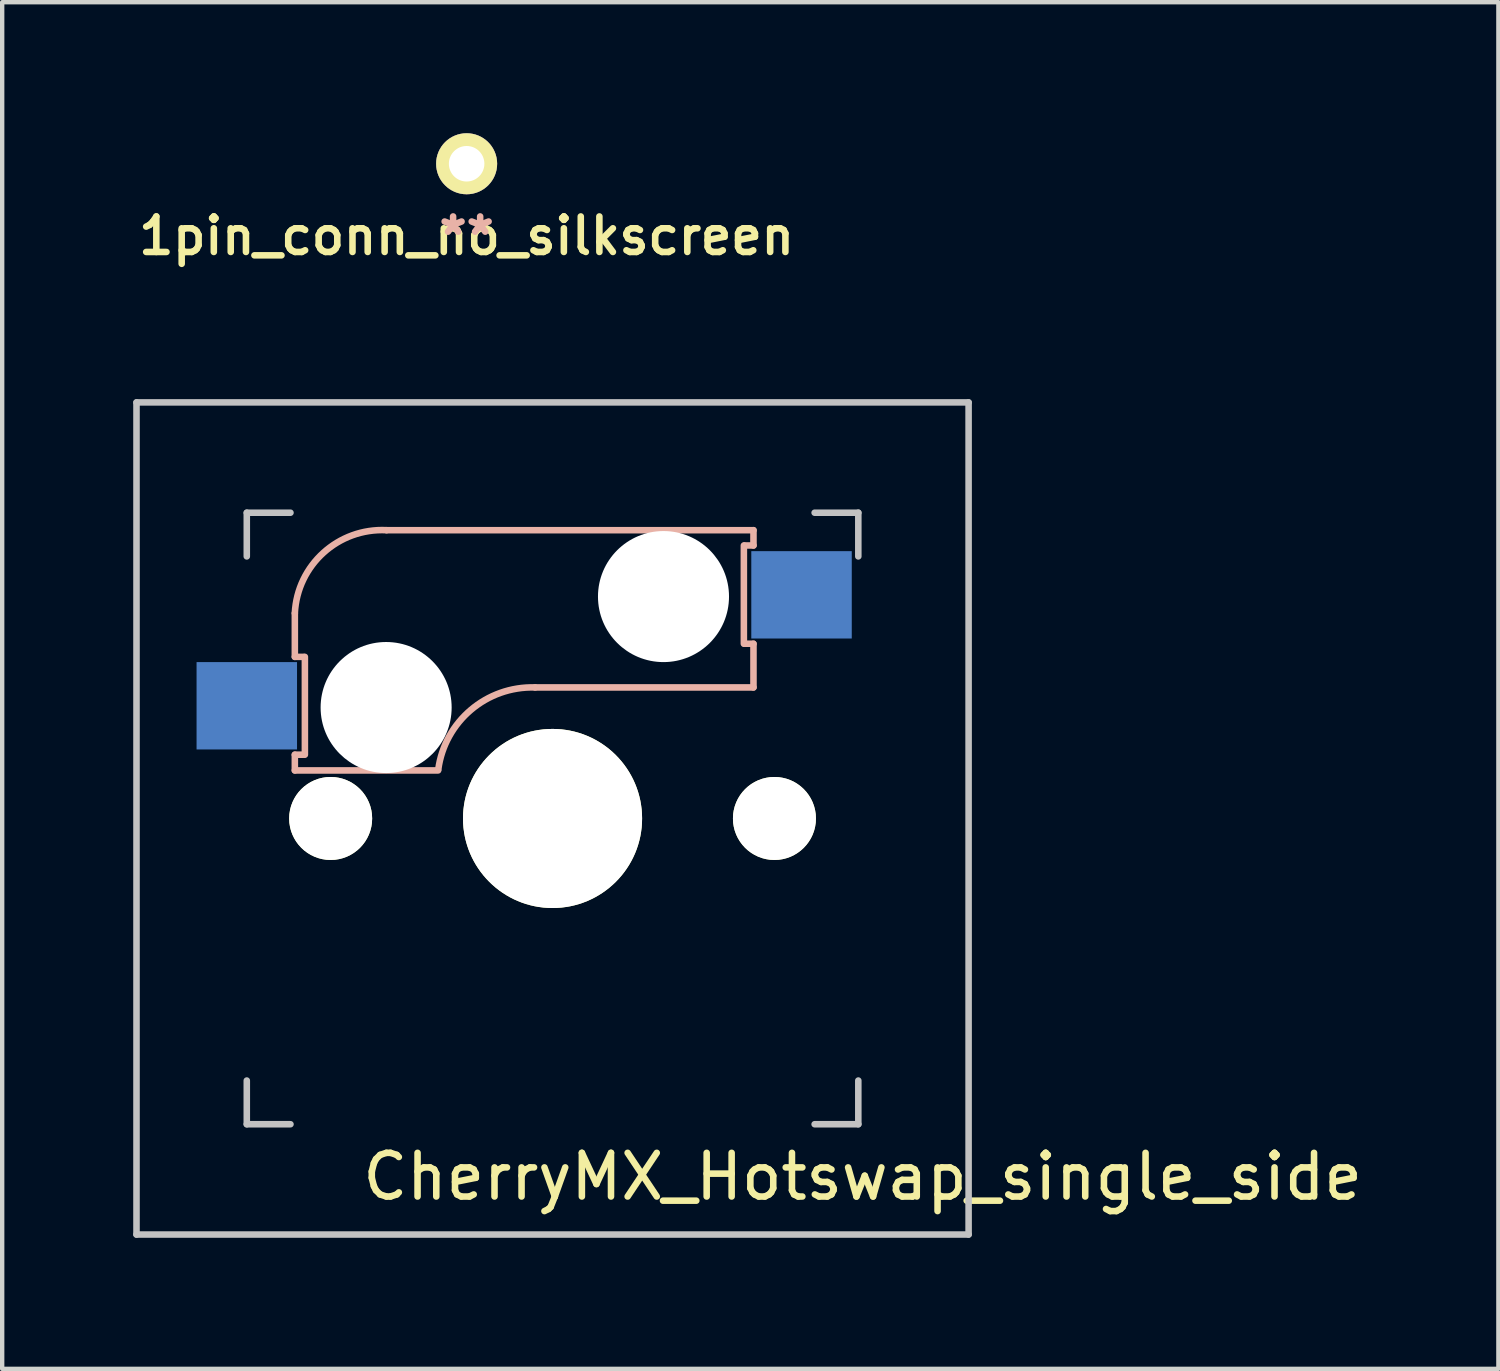
<source format=kicad_pcb>
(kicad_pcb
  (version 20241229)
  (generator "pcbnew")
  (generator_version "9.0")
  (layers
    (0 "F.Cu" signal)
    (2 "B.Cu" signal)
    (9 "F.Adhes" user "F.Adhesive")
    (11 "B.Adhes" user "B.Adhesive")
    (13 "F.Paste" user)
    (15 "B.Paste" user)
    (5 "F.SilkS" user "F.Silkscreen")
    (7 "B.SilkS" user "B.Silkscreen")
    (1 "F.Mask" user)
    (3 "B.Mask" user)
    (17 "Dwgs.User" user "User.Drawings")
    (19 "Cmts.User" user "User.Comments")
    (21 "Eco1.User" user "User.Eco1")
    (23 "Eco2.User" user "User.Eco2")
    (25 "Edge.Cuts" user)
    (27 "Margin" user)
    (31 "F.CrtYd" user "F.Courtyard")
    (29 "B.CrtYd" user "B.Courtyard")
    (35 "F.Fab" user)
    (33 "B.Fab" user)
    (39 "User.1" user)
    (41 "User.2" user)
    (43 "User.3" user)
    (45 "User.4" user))
  (footprint "1pin_conn_no_silkscreen"
    (layer "F.Cu")
    (at 7.633 0.699)
    (property "Reference" "1pin_conn_no_silkscreen" (at 0 1.651 0) (layer "F.SilkS") (effects (font (size 0.813 0.813) (thickness 0.15))))
    (attr through_hole)
    (fp_text user "**" (at 0 1.651 0) (layer "B.SilkS") (effects (font (size 0.813 0.813) (thickness 0.15)) (justify mirror)))
    (pad "1" thru_hole circle (at 0 0) (size 1.397 1.397) (drill 0.813) (layers "*.Cu" "*.Mask" "F.SilkS")))
  (footprint "CherryMX_Hotswap_single_side"
    (layer "F.Cu")
    (at 9.6 15.688)
    (property "Reference" "CherryMX_Hotswap_single_side" (at 7.1 8.2 0) (layer "F.SilkS") (effects (font (size 1 1) (thickness 0.15))))
    (attr through_hole)
    (fp_line (start -5.9 -4.7) (end -5.9 -3.7) (stroke (width 0.15) (type solid)) (layer "B.SilkS"))
    (fp_line (start -5.9 -3.7) (end -5.7 -3.7) (stroke (width 0.15) (type solid)) (layer "B.SilkS"))
    (fp_line (start -5.9 -1.1) (end -5.9 -1.46) (stroke (width 0.15) (type solid)) (layer "B.SilkS"))
    (fp_line (start -5.9 -1.1) (end -2.62 -1.1) (stroke (width 0.15) (type solid)) (layer "B.SilkS"))
    (fp_line (start -5.7 -1.46) (end -5.9 -1.46) (stroke (width 0.15) (type solid)) (layer "B.SilkS"))
    (fp_line (start -5.67 -3.7) (end -5.67 -1.46) (stroke (width 0.15) (type solid)) (layer "B.SilkS"))
    (fp_line (start -0.4 -3) (end 4.6 -3) (stroke (width 0.15) (type solid)) (layer "B.SilkS"))
    (fp_line (start 4.38 -4) (end 4.38 -6.25) (stroke (width 0.15) (type solid)) (layer "B.SilkS"))
    (fp_line (start 4.4 -6.25) (end 4.6 -6.25) (stroke (width 0.15) (type solid)) (layer "B.SilkS"))
    (fp_line (start 4.6 -6.6) (end -3.8 -6.6) (stroke (width 0.15) (type solid)) (layer "B.SilkS"))
    (fp_line (start 4.6 -6.25) (end 4.6 -6.6) (stroke (width 0.15) (type solid)) (layer "B.SilkS"))
    (fp_line (start 4.6 -4) (end 4.4 -4) (stroke (width 0.15) (type solid)) (layer "B.SilkS"))
    (fp_line (start 4.6 -3) (end 4.6 -4) (stroke (width 0.15) (type solid)) (layer "B.SilkS"))
    (fp_arc (start -5.9 -4.699999) (mid -5.243504 -6.084924) (end -3.800001 -6.6) (stroke (width 0.15) (type solid)) (layer "B.SilkS"))
    (fp_arc (start -2.616318 -1.121471) (mid -1.868709 -2.486118) (end -0.4 -3) (stroke (width 0.15) (type solid)) (layer "B.SilkS"))
    (fp_line (start -9.525 -9.525) (end 9.525 -9.525) (stroke (width 0.15) (type solid)) (layer "Dwgs.User"))
    (fp_line (start -9.525 9.525) (end -9.525 -9.525) (stroke (width 0.15) (type solid)) (layer "Dwgs.User"))
    (fp_line (start -7 -7) (end -6 -7) (stroke (width 0.15) (type solid)) (layer "Dwgs.User"))
    (fp_line (start -7 -6) (end -7 -7) (stroke (width 0.15) (type solid)) (layer "Dwgs.User"))
    (fp_line (start -7 6) (end -7 7) (stroke (width 0.15) (type solid)) (layer "Dwgs.User"))
    (fp_line (start -7 7) (end -6 7) (stroke (width 0.15) (type solid)) (layer "Dwgs.User"))
    (fp_line (start 6 7) (end 7 7) (stroke (width 0.15) (type solid)) (layer "Dwgs.User"))
    (fp_line (start 7 -7) (end 6 -7) (stroke (width 0.15) (type solid)) (layer "Dwgs.User"))
    (fp_line (start 7 -7) (end 7 -6) (stroke (width 0.15) (type solid)) (layer "Dwgs.User"))
    (fp_line (start 7 7) (end 7 6) (stroke (width 0.15) (type solid)) (layer "Dwgs.User"))
    (fp_line (start 9.525 -9.525) (end 9.525 9.525) (stroke (width 0.15) (type solid)) (layer "Dwgs.User"))
    (fp_line (start 9.525 9.525) (end -9.525 9.525) (stroke (width 0.15) (type solid)) (layer "Dwgs.User"))
    (pad "" np_thru_hole circle (at -5.08 0) (size 1.9 1.9) (drill 1.9) (layers "*.Cu" "*.Mask" "F.SilkS"))
    (pad "" np_thru_hole circle (at -3.81 -2.54 180) (size 3 3) (drill 3) (layers "*.Cu" "*.Mask"))
    (pad "" np_thru_hole circle (at 0 0 90) (size 4.1 4.1) (drill 4.1) (layers "*.Cu" "*.Mask" "F.SilkS"))
    (pad "" np_thru_hole circle (at 2.54 -5.08 180) (size 3 3) (drill 3) (layers "*.Cu" "*.Mask"))
    (pad "" np_thru_hole circle (at 5.08 0) (size 1.9 1.9) (drill 1.9) (layers "*.Cu" "*.Mask" "F.SilkS"))
    (pad "1" smd rect (at -7 -2.58 180) (size 2.3 2) (layers "B.Cu" "B.Mask" "B.Paste"))
    (pad "2" smd rect (at 5.7 -5.12 180) (size 2.3 2) (layers "B.Cu" "B.Mask" "B.Paste")))
  (gr_rect
    (start -3 -3)
    (end 31.254 28.288)
    (stroke (width 0.1) (type default))
    (fill no)
    (layer "Edge.Cuts")))
</source>
